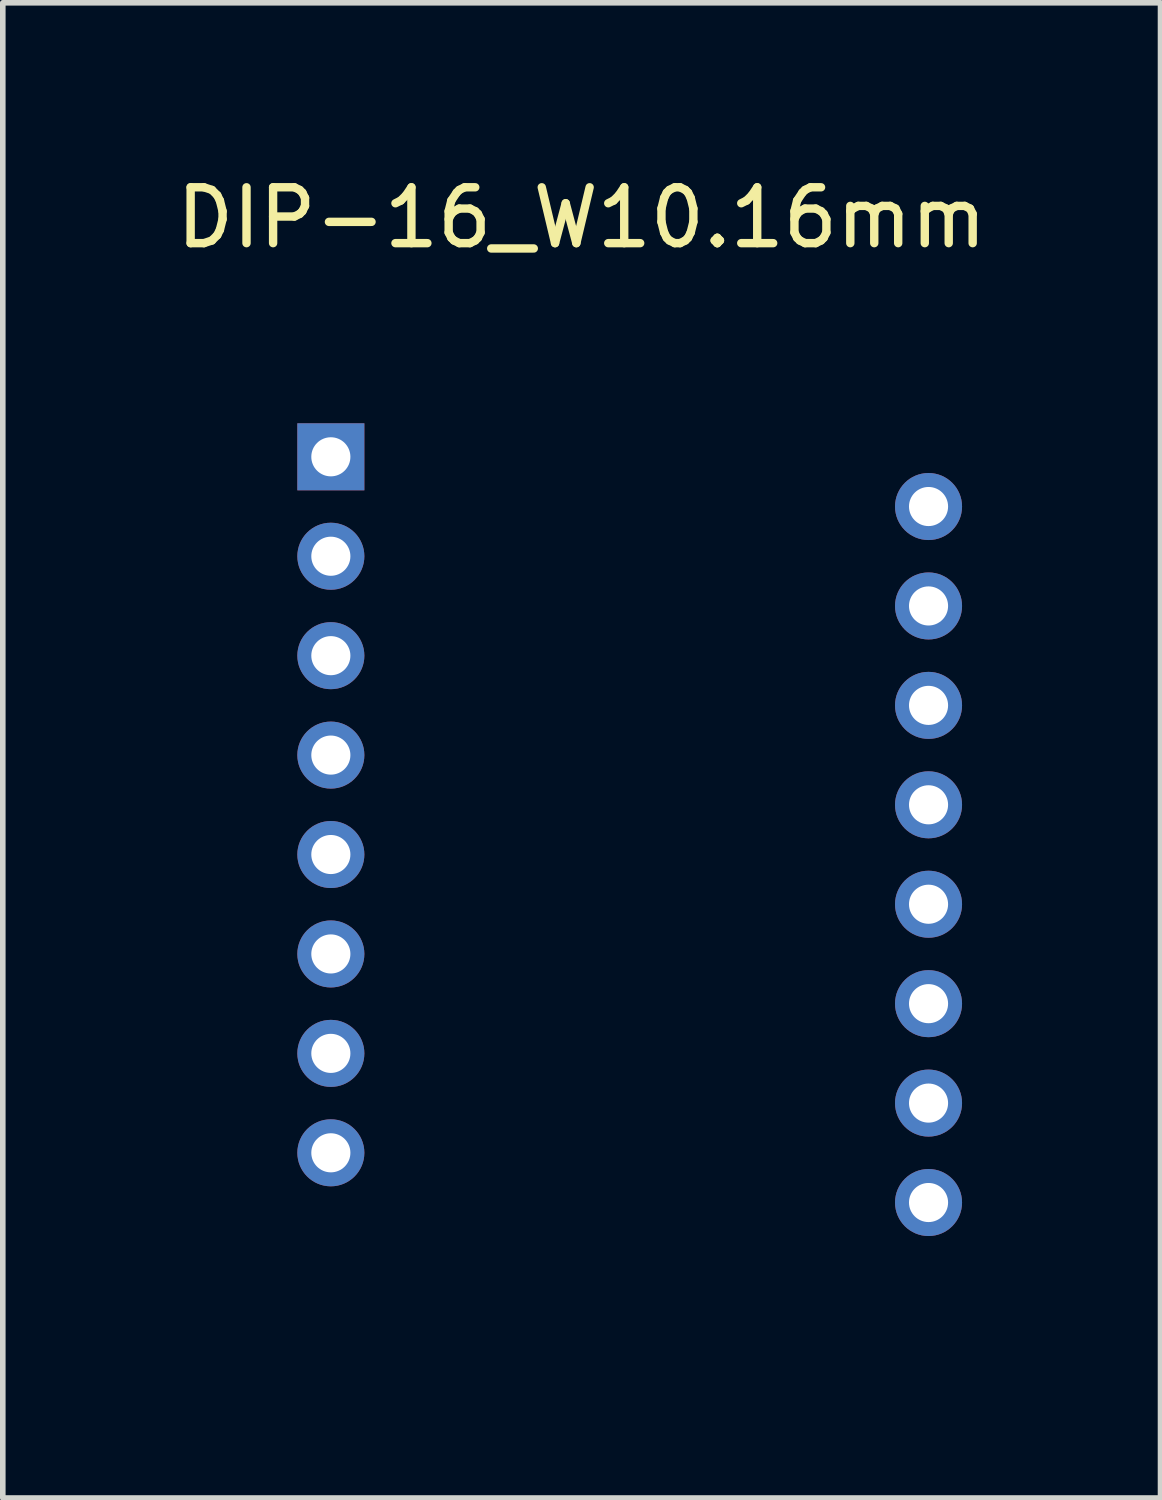
<source format=kicad_pcb>
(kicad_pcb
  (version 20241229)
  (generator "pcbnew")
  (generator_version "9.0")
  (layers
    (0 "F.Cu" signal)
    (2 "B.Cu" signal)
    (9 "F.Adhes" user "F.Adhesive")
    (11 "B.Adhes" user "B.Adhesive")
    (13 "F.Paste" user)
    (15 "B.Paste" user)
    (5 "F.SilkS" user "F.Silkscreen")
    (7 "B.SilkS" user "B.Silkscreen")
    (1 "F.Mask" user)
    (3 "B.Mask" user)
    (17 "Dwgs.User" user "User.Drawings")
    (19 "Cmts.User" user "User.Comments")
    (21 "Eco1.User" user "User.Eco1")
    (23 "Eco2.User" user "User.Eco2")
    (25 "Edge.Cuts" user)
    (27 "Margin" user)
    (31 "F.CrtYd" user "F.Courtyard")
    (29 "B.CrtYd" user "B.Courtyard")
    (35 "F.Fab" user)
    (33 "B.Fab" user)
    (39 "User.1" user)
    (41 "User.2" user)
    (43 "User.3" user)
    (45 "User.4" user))
  (footprint "DIP-16_W10.16mm"
    (layer "F.Cu")
    (at 3.973 3.608)
    (property "Reference" "DIP-16_W10.16mm" (at 3.39 -2.76 0) (layer "F.SilkS") (effects (font (size 1 1) (thickness 0.15))))
    (attr through_hole)
    (fp_line (start 0 0) (end 0 17.1) (stroke (width 0.12) (type solid)) (layer "Eco2.User"))
    (fp_line (start 0 0) (end 8.5 0) (stroke (width 0.12) (type solid)) (layer "Eco2.User"))
    (fp_line (start 0 17.1) (end 8.5 17.1) (stroke (width 0.12) (type solid)) (layer "Eco2.User"))
    (fp_line (start 8.5 0) (end 8.5 17.1) (stroke (width 0.12) (type solid)) (layer "Eco2.User"))
    (pad "1" thru_hole rect (at -1.1 1.52) (size 1.2 1.2) (drill 0.7) (layers "*.Cu" "*.Mask"))
    (pad "2" thru_hole circle (at -1.1 3.3) (size 1.2 1.2) (drill 0.7) (layers "*.Cu" "*.Mask"))
    (pad "3" thru_hole circle (at -1.1 5.08) (size 1.2 1.2) (drill 0.7) (layers "*.Cu" "*.Mask"))
    (pad "4" thru_hole circle (at -1.1 6.86) (size 1.2 1.2) (drill 0.7) (layers "*.Cu" "*.Mask"))
    (pad "5" thru_hole circle (at -1.1 8.64) (size 1.2 1.2) (drill 0.7) (layers "*.Cu" "*.Mask"))
    (pad "6" thru_hole circle (at -1.1 10.42) (size 1.2 1.2) (drill 0.7) (layers "*.Cu" "*.Mask"))
    (pad "7" thru_hole circle (at -1.1 12.2) (size 1.2 1.2) (drill 0.7) (layers "*.Cu" "*.Mask"))
    (pad "8" thru_hole circle (at -1.1 13.98) (size 1.2 1.2) (drill 0.7) (layers "*.Cu" "*.Mask"))
    (pad "9" thru_hole circle (at 9.6 14.87) (size 1.2 1.2) (drill 0.7) (layers "*.Cu" "*.Mask"))
    (pad "10" thru_hole circle (at 9.6 13.09) (size 1.2 1.2) (drill 0.7) (layers "*.Cu" "*.Mask"))
    (pad "11" thru_hole circle (at 9.6 11.31) (size 1.2 1.2) (drill 0.7) (layers "*.Cu" "*.Mask"))
    (pad "12" thru_hole circle (at 9.6 9.53) (size 1.2 1.2) (drill 0.7) (layers "*.Cu" "*.Mask"))
    (pad "13" thru_hole circle (at 9.6 7.75) (size 1.2 1.2) (drill 0.7) (layers "*.Cu" "*.Mask"))
    (pad "14" thru_hole circle (at 9.6 5.97) (size 1.2 1.2) (drill 0.7) (layers "*.Cu" "*.Mask"))
    (pad "15" thru_hole circle (at 9.6 4.19) (size 1.2 1.2) (drill 0.7) (layers "*.Cu" "*.Mask"))
    (pad "16" thru_hole circle (at 9.6 2.41) (size 1.2 1.2) (drill 0.7) (layers "*.Cu" "*.Mask")))
  (gr_rect
    (start -3 -3)
    (end 17.726 23.768)
    (stroke (width 0.1) (type default))
    (fill no)
    (layer "Edge.Cuts")))
</source>
